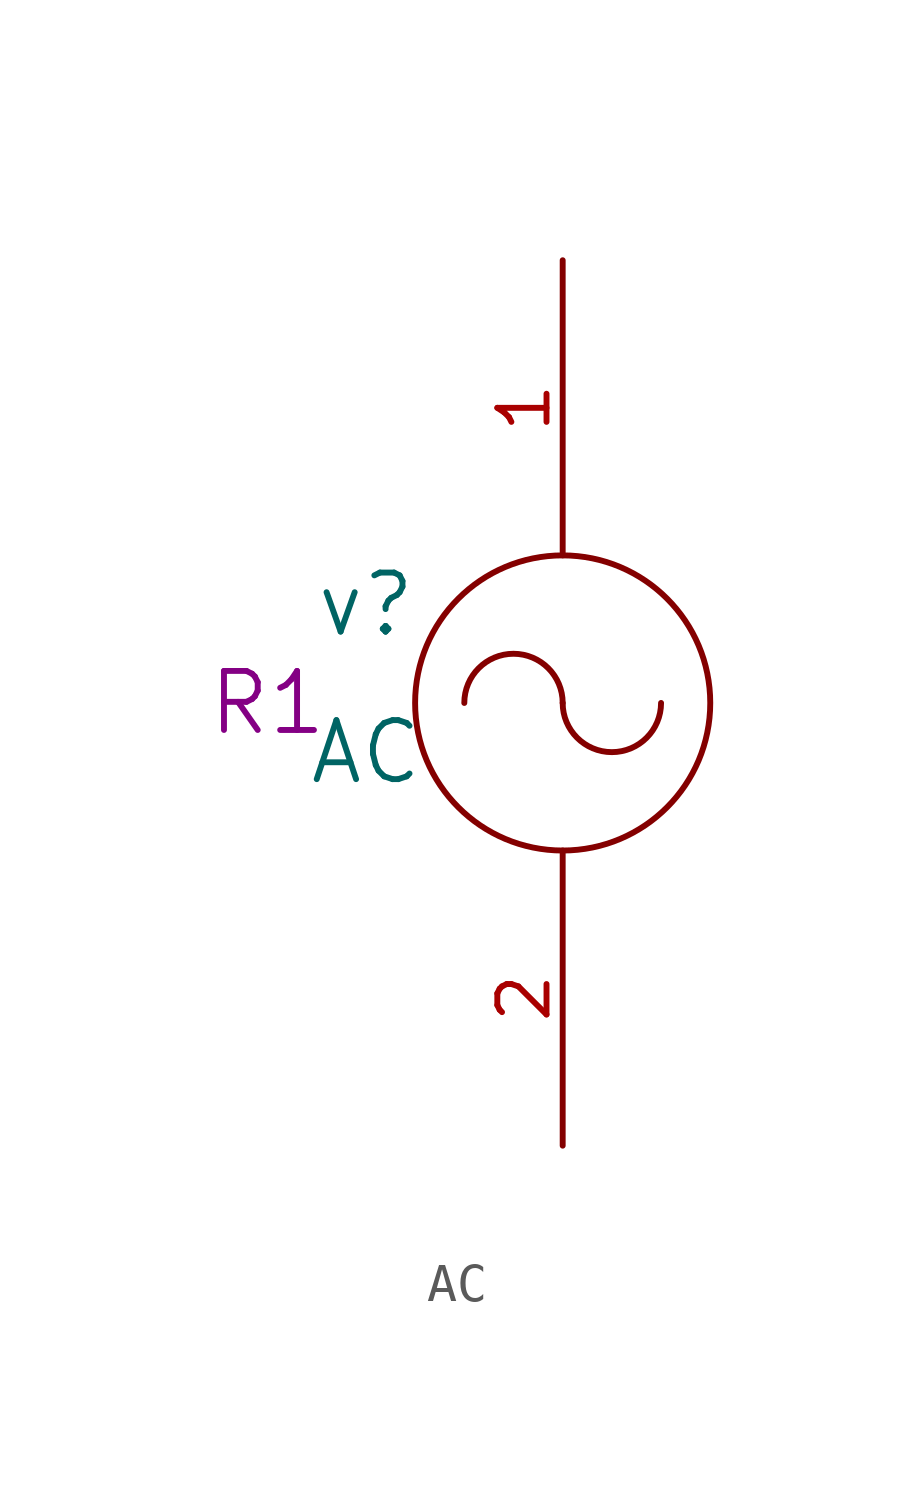
<source format=kicad_sym>
(kicad_symbol_lib
  (version 20211014)
  (generator kicad_symbol_editor)
  (symbol "AC"
    (pin_names
      (offset 1.016))
    (property "Reference" "v"
      (at -5.08 2.54 0)
      (effects (font (size 1.524 1.524))))
    (property "Value" "AC"
      (at -5.08 -1.27 0)
      (effects (font (size 1.524 1.524))))
    (property "Footprint" "R1"
      (at -7.62 0 0)
      (effects (font (size 1.524 1.524))))
    (property "Datasheet" ""
      (at 0 0 0)
      (effects (font (size 1.524 1.524))))
    (symbol "AC_0_1"
      (arc (start 0 0) (mid -1.27 1.27) (end -2.54 0) (stroke (width 0) (type default) (color 0 0 0 0)) (fill (type none)))
      (arc (start 0 0) (mid 1.27 -1.27) (end 2.54 0) (stroke (width 0) (type default) (color 0 0 0 0)) (fill (type none)))
      (circle (center 0 0) (radius 3.81) (stroke (width 0) (type default) (color 0 0 0 0)) (fill (type none))))
    (symbol "AC_1_1"
      (pin input line (at 0 11.43 270) (length 7.62) (name "+" (effects (font (size 0 0)))) (number "1" (effects (font (size 1.27 1.27)))))
      (pin input line (at 0 -11.43 90) (length 7.62) (name "-" (effects (font (size 0 0)))) (number "2" (effects (font (size 1.27 1.27))))))))
</source>
